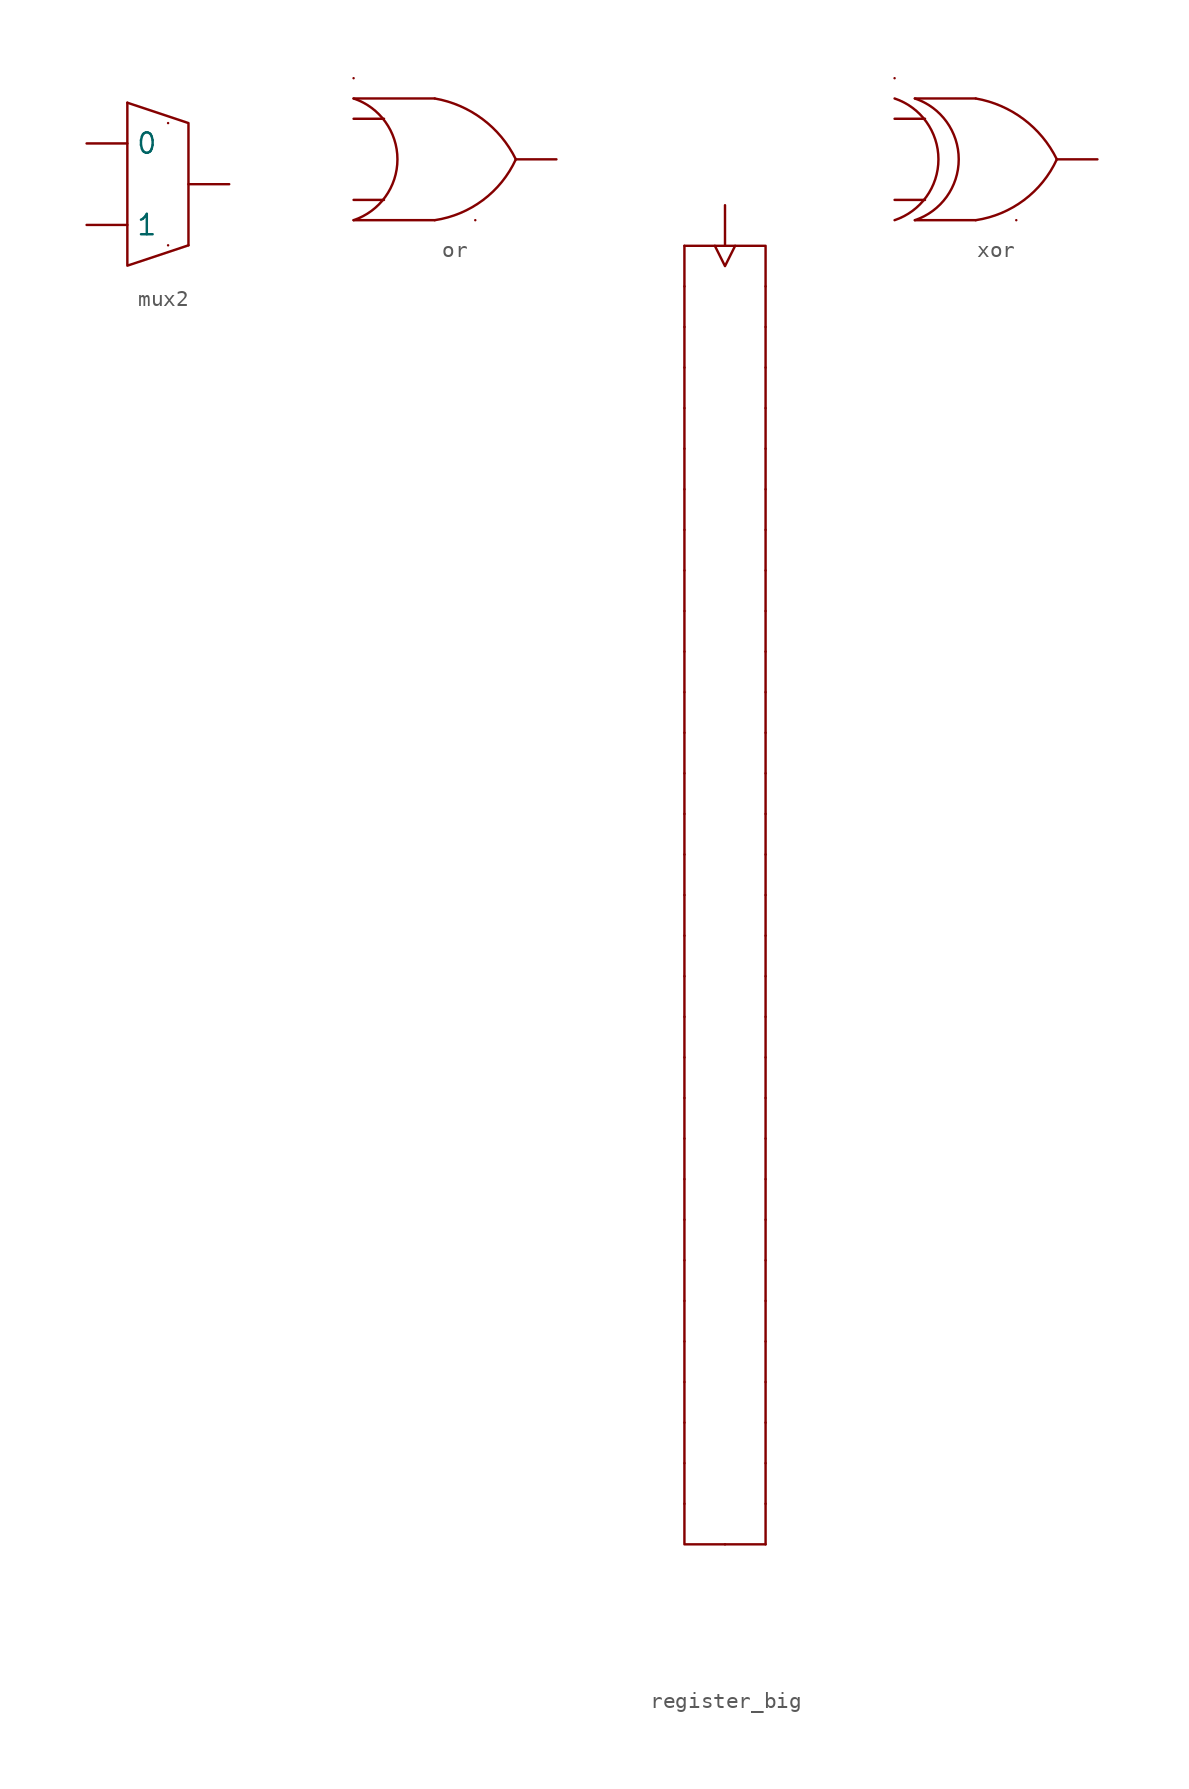
<source format=kicad_sym>
(kicad_symbol_lib
  (version 20231120)
  (generator "kicad_symbol_editor")
  (generator_version "8.0")
  (symbol "mux2"
    (pin_numbers hide)
    (property "Reference" "U1"
      (at -2.54 -4.064 0)
      (effects (font (size 0.001 0.001))))
    (property "Value" "~"
      (at -1.524 6.35 0)
      (effects (font (size 0.001 0.001))))
    (symbol "mux2_0_1"
      (polyline (pts (xy -8.89 5.08) (xy -8.89 5.08) (xy -5.08 3.81) (xy -5.08 -3.81)) (stroke (width 0) (type default)) (fill (type none)))
      (polyline (pts (xy -8.89 5.08) (xy -8.89 2.54) (xy -8.89 0) (xy -8.89 -2.54) (xy -8.89 -2.54) (xy -8.89 -5.08) (xy -5.08 -3.81)) (stroke (width 0) (type default)) (fill (type none))))
    (symbol "mux2_1_1"
      (pin input line (at -6.35 -3.81 270) (length 0) (name "" (effects (font (size 0 0)))) (number "" (effects (font (size 1.27 1.27)))))
      (pin input line (at -11.43 2.54 0) (length 2.54) (name "0" (effects (font (size 1.27 1.27)))) (number "" (effects (font (size 1.27 1.27)))))
      (pin input line (at -11.43 -2.54 0) (length 2.54) (name "1" (effects (font (size 1.27 1.27)))) (number "" (effects (font (size 1.27 1.27)))))
      (pin output line (at -2.54 0 180) (length 2.54) (name "O" (effects (font (size 0 0)))) (number "" (effects (font (size 1.27 1.27)))))
      (pin input line (at -6.35 3.81 270) (length 0) (name "S" (effects (font (size 0 0)))) (number "" (effects (font (size 1.27 1.27)))))))
  (symbol "or"
    (pin_numbers hide)
    (property "Reference" "="
      (at 0.762 1.016 0)
      (effects (font (size 0.001 0.001))))
    (property "Value" " "
      (at 0.508 0 0)
      (effects (font (size 1.27 1.27))))
    (symbol "or_0_1"
      (arc (start -5.08 -3.81) (mid -2.3339 0) (end -5.08 3.81) (stroke (width 0) (type default)) (fill (type none)))
      (arc (start 0 -3.81) (mid 3.0235 -2.5497) (end 5.08 0) (stroke (width 0) (type default)) (fill (type none)))
      (polyline (pts (xy -5.08 5.08) (xy -5.08 5.08)) (stroke (width 0) (type default)) (fill (type none)))
      (polyline (pts (xy 0 3.81) (xy -5.08 3.81)) (stroke (width 0) (type default)) (fill (type none)))
      (polyline (pts (xy 0 -3.81) (xy -5.08 -3.81) (xy -3.81 -3.81) (xy -3.81 -3.81)) (stroke (width 0) (type default)) (fill (type none)))
      (arc (start 2.54 -3.81) (mid 2.54 -3.81) (end 2.54 -3.81) (stroke (width 0) (type default)) (fill (type none)))
      (arc (start 5.08 0) (mid 2.998 2.5156) (end 0 3.81) (stroke (width 0) (type default)) (fill (type none))))
    (symbol "or_1_1"
      (pin input line (at -5.08 2.54 0) (length 1.905) (name "0" (effects (font (size 0 0)))) (number "" (effects (font (size 1.27 1.27)))))
      (pin input line (at -5.08 -2.54 0) (length 1.905) (name "1" (effects (font (size 0 0)))) (number "" (effects (font (size 1.27 1.27)))))
      (pin output line (at 7.62 0 180) (length 2.54) (name "O" (effects (font (size 0 0)))) (number "" (effects (font (size 1.27 1.27)))))))
  (symbol "register_big"
    (pin_numbers hide)
    (property "Reference" "U2"
      (at -1.016 7.874 0)
      (effects (font (size 0.001 0.001))))
    (property "Value" "~"
      (at -1.524 3.302 0)
      (effects (font (size 0.001 0.001))))
    (symbol "register_big_0_1"
      (polyline (pts (xy -2.54 41.91) (xy 2.54 41.91) (xy 2.54 -39.37)) (stroke (width 0) (type default)) (fill (type none)))
      (polyline (pts (xy -2.54 41.91) (xy -2.54 -22.86) (xy -2.54 -25.4) (xy -2.54 -27.94) (xy -2.54 -35.56) (xy -2.54 -39.37) (xy 2.54 -39.37)) (stroke (width 0) (type default)) (fill (type none))))
    (symbol "register_big_1_1"
      (pin input line (at -2.54 -36.83 0) (length 0) (name "A" (effects (font (size 0 0)))) (number "" (effects (font (size 1.27 1.27)))))
      (pin input line (at -2.54 -34.29 0) (length 0) (name "A" (effects (font (size 0 0)))) (number "" (effects (font (size 1.27 1.27)))))
      (pin input line (at -2.54 -31.75 0) (length 0) (name "A" (effects (font (size 0 0)))) (number "" (effects (font (size 1.27 1.27)))))
      (pin input line (at -2.54 -29.21 0) (length 0) (name "A" (effects (font (size 0 0)))) (number "" (effects (font (size 1.27 1.27)))))
      (pin input line (at -2.54 -26.67 0) (length 0) (name "A" (effects (font (size 0 0)))) (number "" (effects (font (size 1.27 1.27)))))
      (pin input line (at -2.54 -24.13 0) (length 0) (name "A" (effects (font (size 0 0)))) (number "" (effects (font (size 1.27 1.27)))))
      (pin input line (at -2.54 -21.59 0) (length 0) (name "A" (effects (font (size 0 0)))) (number "" (effects (font (size 1.27 1.27)))))
      (pin input line (at -2.54 -19.05 0) (length 0) (name "A" (effects (font (size 0 0)))) (number "" (effects (font (size 1.27 1.27)))))
      (pin input line (at -2.54 -16.51 0) (length 0) (name "A" (effects (font (size 0 0)))) (number "" (effects (font (size 1.27 1.27)))))
      (pin input line (at -2.54 -13.97 0) (length 0) (name "A" (effects (font (size 0 0)))) (number "" (effects (font (size 1.27 1.27)))))
      (pin input line (at -2.54 -11.43 0) (length 0) (name "A" (effects (font (size 0 0)))) (number "" (effects (font (size 1.27 1.27)))))
      (pin input line (at -2.54 -8.89 0) (length 0) (name "A" (effects (font (size 0 0)))) (number "" (effects (font (size 1.27 1.27)))))
      (pin input line (at -2.54 -6.35 0) (length 0) (name "A" (effects (font (size 0 0)))) (number "" (effects (font (size 1.27 1.27)))))
      (pin input line (at -2.54 -3.81 0) (length 0) (name "A" (effects (font (size 0 0)))) (number "" (effects (font (size 1.27 1.27)))))
      (pin input line (at -2.54 -1.27 0) (length 0) (name "A" (effects (font (size 0 0)))) (number "" (effects (font (size 1.27 1.27)))))
      (pin input line (at -2.54 1.27 0) (length 0) (name "A" (effects (font (size 0 0)))) (number "" (effects (font (size 1.27 1.27)))))
      (pin input line (at -2.54 3.81 0) (length 0) (name "A" (effects (font (size 0 0)))) (number "" (effects (font (size 1.27 1.27)))))
      (pin input line (at -2.54 6.35 0) (length 0) (name "A" (effects (font (size 0 0)))) (number "" (effects (font (size 1.27 1.27)))))
      (pin input line (at -2.54 8.89 0) (length 0) (name "A" (effects (font (size 0 0)))) (number "" (effects (font (size 1.27 1.27)))))
      (pin input line (at -2.54 11.43 0) (length 0) (name "A" (effects (font (size 0 0)))) (number "" (effects (font (size 1.27 1.27)))))
      (pin input line (at -2.54 13.97 0) (length 0) (name "A" (effects (font (size 0 0)))) (number "" (effects (font (size 1.27 1.27)))))
      (pin input line (at -2.54 16.51 0) (length 0) (name "A" (effects (font (size 0 0)))) (number "" (effects (font (size 1.27 1.27)))))
      (pin input line (at -2.54 19.05 0) (length 0) (name "A" (effects (font (size 0 0)))) (number "" (effects (font (size 1.27 1.27)))))
      (pin input line (at -2.54 21.59 0) (length 0) (name "A" (effects (font (size 0 0)))) (number "" (effects (font (size 1.27 1.27)))))
      (pin input line (at -2.54 24.13 0) (length 0) (name "A" (effects (font (size 0 0)))) (number "" (effects (font (size 1.27 1.27)))))
      (pin input line (at -2.54 26.67 0) (length 0) (name "A" (effects (font (size 0 0)))) (number "" (effects (font (size 1.27 1.27)))))
      (pin input line (at -2.54 29.21 0) (length 0) (name "A" (effects (font (size 0 0)))) (number "" (effects (font (size 1.27 1.27)))))
      (pin input line (at -2.54 31.75 0) (length 0) (name "A" (effects (font (size 0 0)))) (number "" (effects (font (size 1.27 1.27)))))
      (pin input line (at -2.54 34.29 0) (length 0) (name "A" (effects (font (size 0 0)))) (number "" (effects (font (size 1.27 1.27)))))
      (pin input line (at -2.54 36.83 0) (length 0) (name "A" (effects (font (size 0 0)))) (number "" (effects (font (size 1.27 1.27)))))
      (pin input line (at -2.54 39.37 0) (length 0) (name "A" (effects (font (size 0 0)))) (number "" (effects (font (size 1.27 1.27)))))
      (pin input line (at 0 -39.37 90) (length 0) (name "A" (effects (font (size 0 0)))) (number "" (effects (font (size 1.27 1.27)))))
      (pin output line (at 2.54 -36.83 180) (length 0) (name "O" (effects (font (size 0 0)))) (number "" (effects (font (size 1.27 1.27)))))
      (pin output line (at 2.54 -34.29 180) (length 0) (name "O" (effects (font (size 0 0)))) (number "" (effects (font (size 1.27 1.27)))))
      (pin output line (at 2.54 -31.75 180) (length 0) (name "O" (effects (font (size 0 0)))) (number "" (effects (font (size 1.27 1.27)))))
      (pin output line (at 2.54 -29.21 180) (length 0) (name "O" (effects (font (size 0 0)))) (number "" (effects (font (size 1.27 1.27)))))
      (pin output line (at 2.54 -26.67 180) (length 0) (name "O" (effects (font (size 0 0)))) (number "" (effects (font (size 1.27 1.27)))))
      (pin output line (at 2.54 -24.13 180) (length 0) (name "O" (effects (font (size 0 0)))) (number "" (effects (font (size 1.27 1.27)))))
      (pin output line (at 2.54 -21.59 180) (length 0) (name "O" (effects (font (size 0 0)))) (number "" (effects (font (size 1.27 1.27)))))
      (pin output line (at 2.54 -19.05 180) (length 0) (name "O" (effects (font (size 0 0)))) (number "" (effects (font (size 1.27 1.27)))))
      (pin output line (at 2.54 -16.51 180) (length 0) (name "O" (effects (font (size 0 0)))) (number "" (effects (font (size 1.27 1.27)))))
      (pin output line (at 2.54 -13.97 180) (length 0) (name "O" (effects (font (size 0 0)))) (number "" (effects (font (size 1.27 1.27)))))
      (pin output line (at 2.54 -11.43 180) (length 0) (name "O" (effects (font (size 0 0)))) (number "" (effects (font (size 1.27 1.27)))))
      (pin output line (at 2.54 -8.89 180) (length 0) (name "O" (effects (font (size 0 0)))) (number "" (effects (font (size 1.27 1.27)))))
      (pin output line (at 2.54 -6.35 180) (length 0) (name "O" (effects (font (size 0 0)))) (number "" (effects (font (size 1.27 1.27)))))
      (pin output line (at 2.54 -3.81 180) (length 0) (name "O" (effects (font (size 0 0)))) (number "" (effects (font (size 1.27 1.27)))))
      (pin output line (at 2.54 -1.27 180) (length 0) (name "O" (effects (font (size 0 0)))) (number "" (effects (font (size 1.27 1.27)))))
      (pin output line (at 2.54 1.27 180) (length 0) (name "O" (effects (font (size 0 0)))) (number "" (effects (font (size 1.27 1.27)))))
      (pin output line (at 2.54 3.81 180) (length 0) (name "O" (effects (font (size 0 0)))) (number "" (effects (font (size 1.27 1.27)))))
      (pin output line (at 2.54 6.35 180) (length 0) (name "O" (effects (font (size 0 0)))) (number "" (effects (font (size 1.27 1.27)))))
      (pin output line (at 2.54 8.89 180) (length 0) (name "O" (effects (font (size 0 0)))) (number "" (effects (font (size 1.27 1.27)))))
      (pin output line (at 2.54 11.43 180) (length 0) (name "O" (effects (font (size 0 0)))) (number "" (effects (font (size 1.27 1.27)))))
      (pin output line (at 2.54 13.97 180) (length 0) (name "O" (effects (font (size 0 0)))) (number "" (effects (font (size 1.27 1.27)))))
      (pin output line (at 2.54 16.51 180) (length 0) (name "O" (effects (font (size 0 0)))) (number "" (effects (font (size 1.27 1.27)))))
      (pin output line (at 2.54 19.05 180) (length 0) (name "O" (effects (font (size 0 0)))) (number "" (effects (font (size 1.27 1.27)))))
      (pin output line (at 2.54 21.59 180) (length 0) (name "O" (effects (font (size 0 0)))) (number "" (effects (font (size 1.27 1.27)))))
      (pin output line (at 2.54 24.13 180) (length 0) (name "O" (effects (font (size 0 0)))) (number "" (effects (font (size 1.27 1.27)))))
      (pin output line (at 2.54 26.67 180) (length 0) (name "O" (effects (font (size 0 0)))) (number "" (effects (font (size 1.27 1.27)))))
      (pin output line (at 2.54 29.21 180) (length 0) (name "O" (effects (font (size 0 0)))) (number "" (effects (font (size 1.27 1.27)))))
      (pin output line (at 2.54 31.75 180) (length 0) (name "O" (effects (font (size 0 0)))) (number "" (effects (font (size 1.27 1.27)))))
      (pin output line (at 2.54 34.29 180) (length 0) (name "O" (effects (font (size 0 0)))) (number "" (effects (font (size 1.27 1.27)))))
      (pin output line (at 2.54 36.83 180) (length 0) (name "O" (effects (font (size 0 0)))) (number "" (effects (font (size 1.27 1.27)))))
      (pin output line (at 2.54 39.37 180) (length 0) (name "O" (effects (font (size 0 0)))) (number "" (effects (font (size 1.27 1.27)))))
      (pin input clock (at 0 44.45 270) (length 2.54) (name "" (effects (font (size 0 0)))) (number "CLK" (effects (font (size 1.27 1.27)))))))
  (symbol "xor"
    (pin_numbers hide)
    (property "Reference" "="
      (at 0.762 1.016 0)
      (effects (font (size 0.001 0.001))))
    (property "Value" " "
      (at 0.508 0 0)
      (effects (font (size 1.27 1.27))))
    (symbol "xor_0_1"
      (arc (start -5.08 -3.81) (mid -2.3339 0) (end -5.08 3.81) (stroke (width 0) (type default)) (fill (type none)))
      (arc (start 0 -3.81) (mid 3.0235 -2.5497) (end 5.08 0) (stroke (width 0) (type default)) (fill (type none)))
      (polyline (pts (xy -5.08 5.08) (xy -5.08 5.08)) (stroke (width 0) (type default)) (fill (type none)))
      (polyline (pts (xy 0 3.81) (xy -3.81 3.81)) (stroke (width 0) (type default)) (fill (type none)))
      (polyline (pts (xy 0 -3.81) (xy -3.81 -3.81) (xy -3.81 -3.81) (xy -3.81 -3.81)) (stroke (width 0) (type default)) (fill (type none)))
      (arc (start 2.54 -3.81) (mid 2.54 -3.81) (end 2.54 -3.81) (stroke (width 0) (type default)) (fill (type none)))
      (arc (start 5.08 0) (mid 2.998 2.5156) (end 0 3.81) (stroke (width 0) (type default)) (fill (type none))))
    (symbol "xor_1_1"
      (arc (start -3.81 -3.81) (mid -1.0639 0) (end -3.81 3.81) (stroke (width 0) (type default)) (fill (type none)))
      (pin input line (at -5.08 2.54 0) (length 1.905) (name "0" (effects (font (size 0 0)))) (number "" (effects (font (size 1.27 1.27)))))
      (pin input line (at -5.08 -2.54 0) (length 1.905) (name "1" (effects (font (size 0 0)))) (number "" (effects (font (size 1.27 1.27)))))
      (pin output line (at 7.62 0 180) (length 2.54) (name "O" (effects (font (size 0 0)))) (number "" (effects (font (size 1.27 1.27))))))))
</source>
